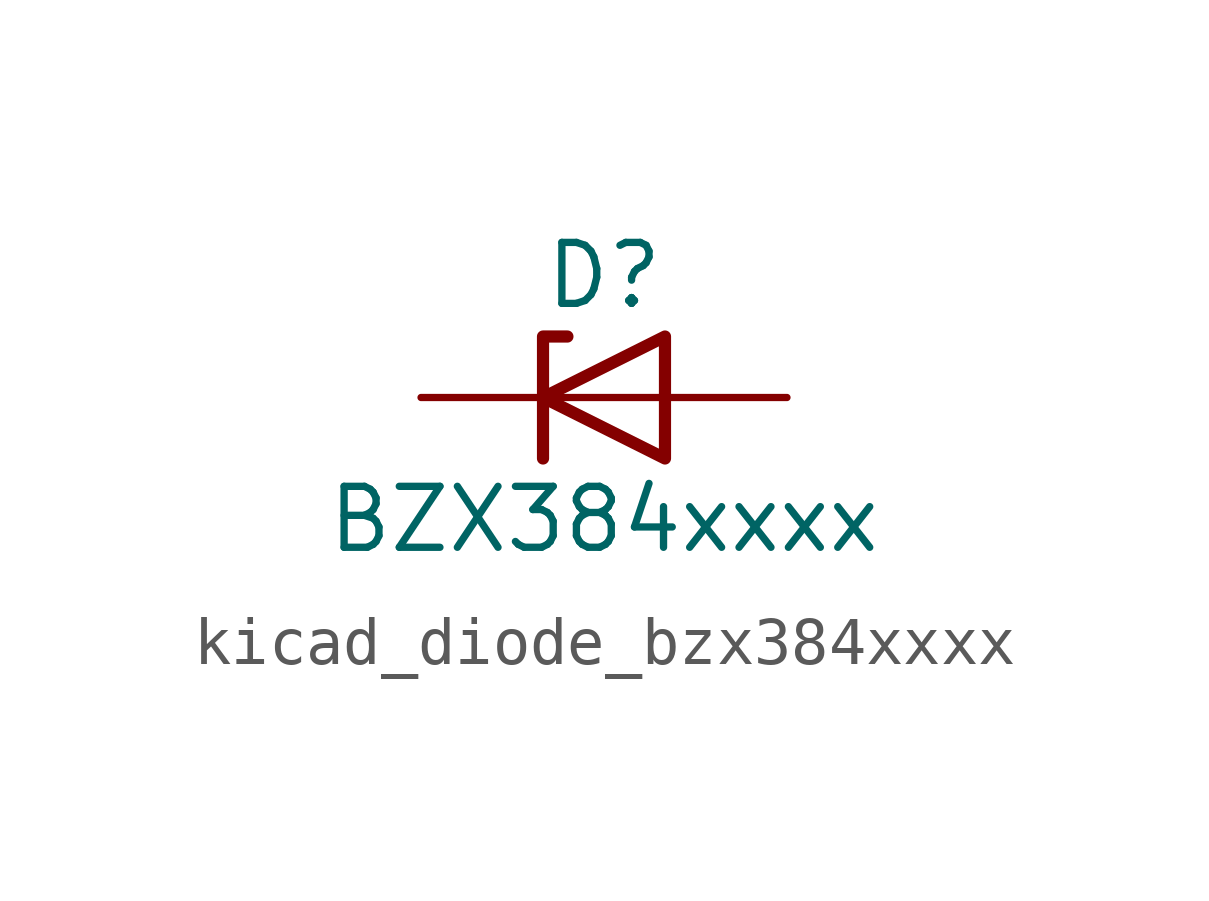
<source format=kicad_sym>
(kicad_symbol_lib
  (version 20220914)
  (generator kicad_symbol_editor)
  (symbol "kicad_diode_bzx384xxxx"
    (pin_numbers hide)
    (pin_names hide)
    (property "Reference" "D"
      (at 0 2.54 0)
      (effects (font (size 1.27 1.27))))
    (property "Value" "BZX384xxxx"
      (at 0 -2.54 0)
      (effects (font (size 1.27 1.27))))
    (symbol "kicad_diode_bzx384xxxx_0_1"
      (polyline (pts (xy 1.27 0) (xy -1.27 0)) (stroke (width 0) (type default)) (fill (type none)))
      (polyline (pts (xy -1.27 -1.27) (xy -1.27 1.27) (xy -0.762 1.27)) (stroke (width 0.254) (type default)) (fill (type none)))
      (polyline (pts (xy 1.27 -1.27) (xy 1.27 1.27) (xy -1.27 0) (xy 1.27 -1.27)) (stroke (width 0.254) (type default)) (fill (type none))))
    (symbol "kicad_diode_bzx384xxxx_1_1"
      (pin passive line (at -3.81 0 0) (length 2.54) (name "K" (effects (font (size 1.27 1.27)))) (number "1" (effects (font (size 1.27 1.27)))))
      (pin passive line (at 3.81 0 180) (length 2.54) (name "A" (effects (font (size 1.27 1.27)))) (number "2" (effects (font (size 1.27 1.27))))))))
</source>
